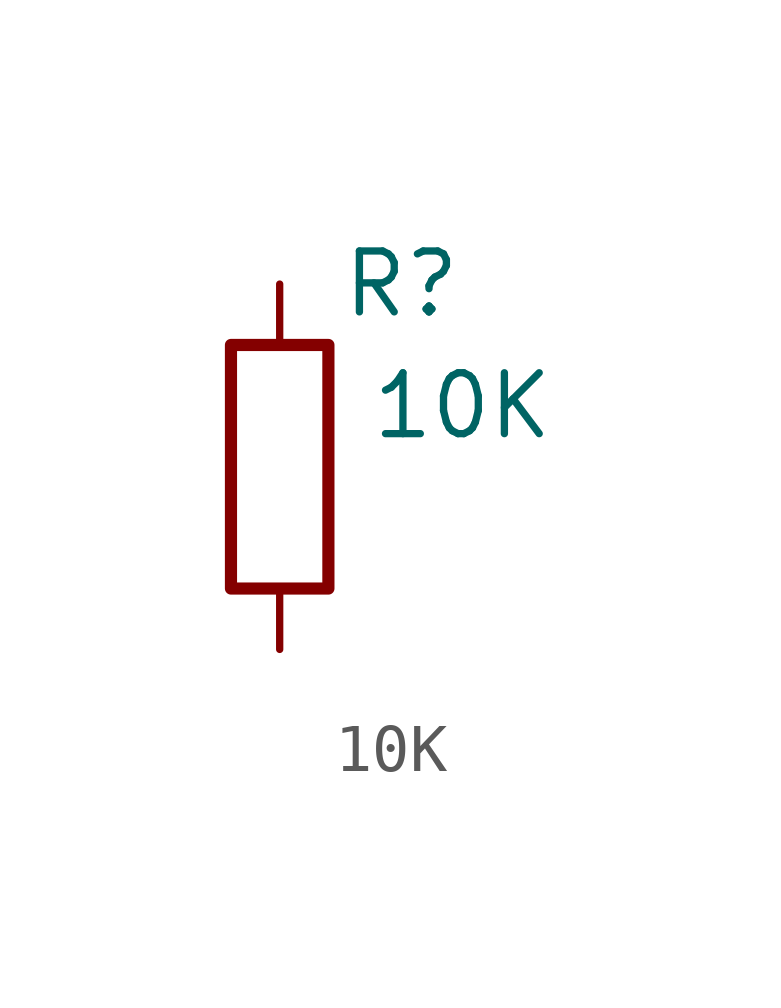
<source format=kicad_sym>
(kicad_symbol_lib
  (version 20211014)
  (generator kicad_symbol_editor)
  (symbol "10K"
    (pin_numbers hide)
    (pin_names
      (offset 0) hide)
    (property "Reference" "R"
      (at 2.54 3.81 0)
      (effects (font (size 1.27 1.27))))
    (property "Value" "10K"
      (at 3.81 1.27 0)
      (effects (font (size 1.27 1.27))))
    (symbol "10K_1_1"
      (rectangle (start -1.016 -2.54) (end 1.016 2.54) (stroke (width 0.254) (type default) (color 0 0 0 0)) (fill (type none)))
      (pin passive line (at 0 3.81 270) (length 1.27) (name "~" (effects (font (size 1.27 1.27)))) (number "1" (effects (font (size 1.27 1.27)))))
      (pin passive line (at 0 -3.81 90) (length 1.27) (name "~" (effects (font (size 1.27 1.27)))) (number "2" (effects (font (size 1.27 1.27))))))))
</source>
